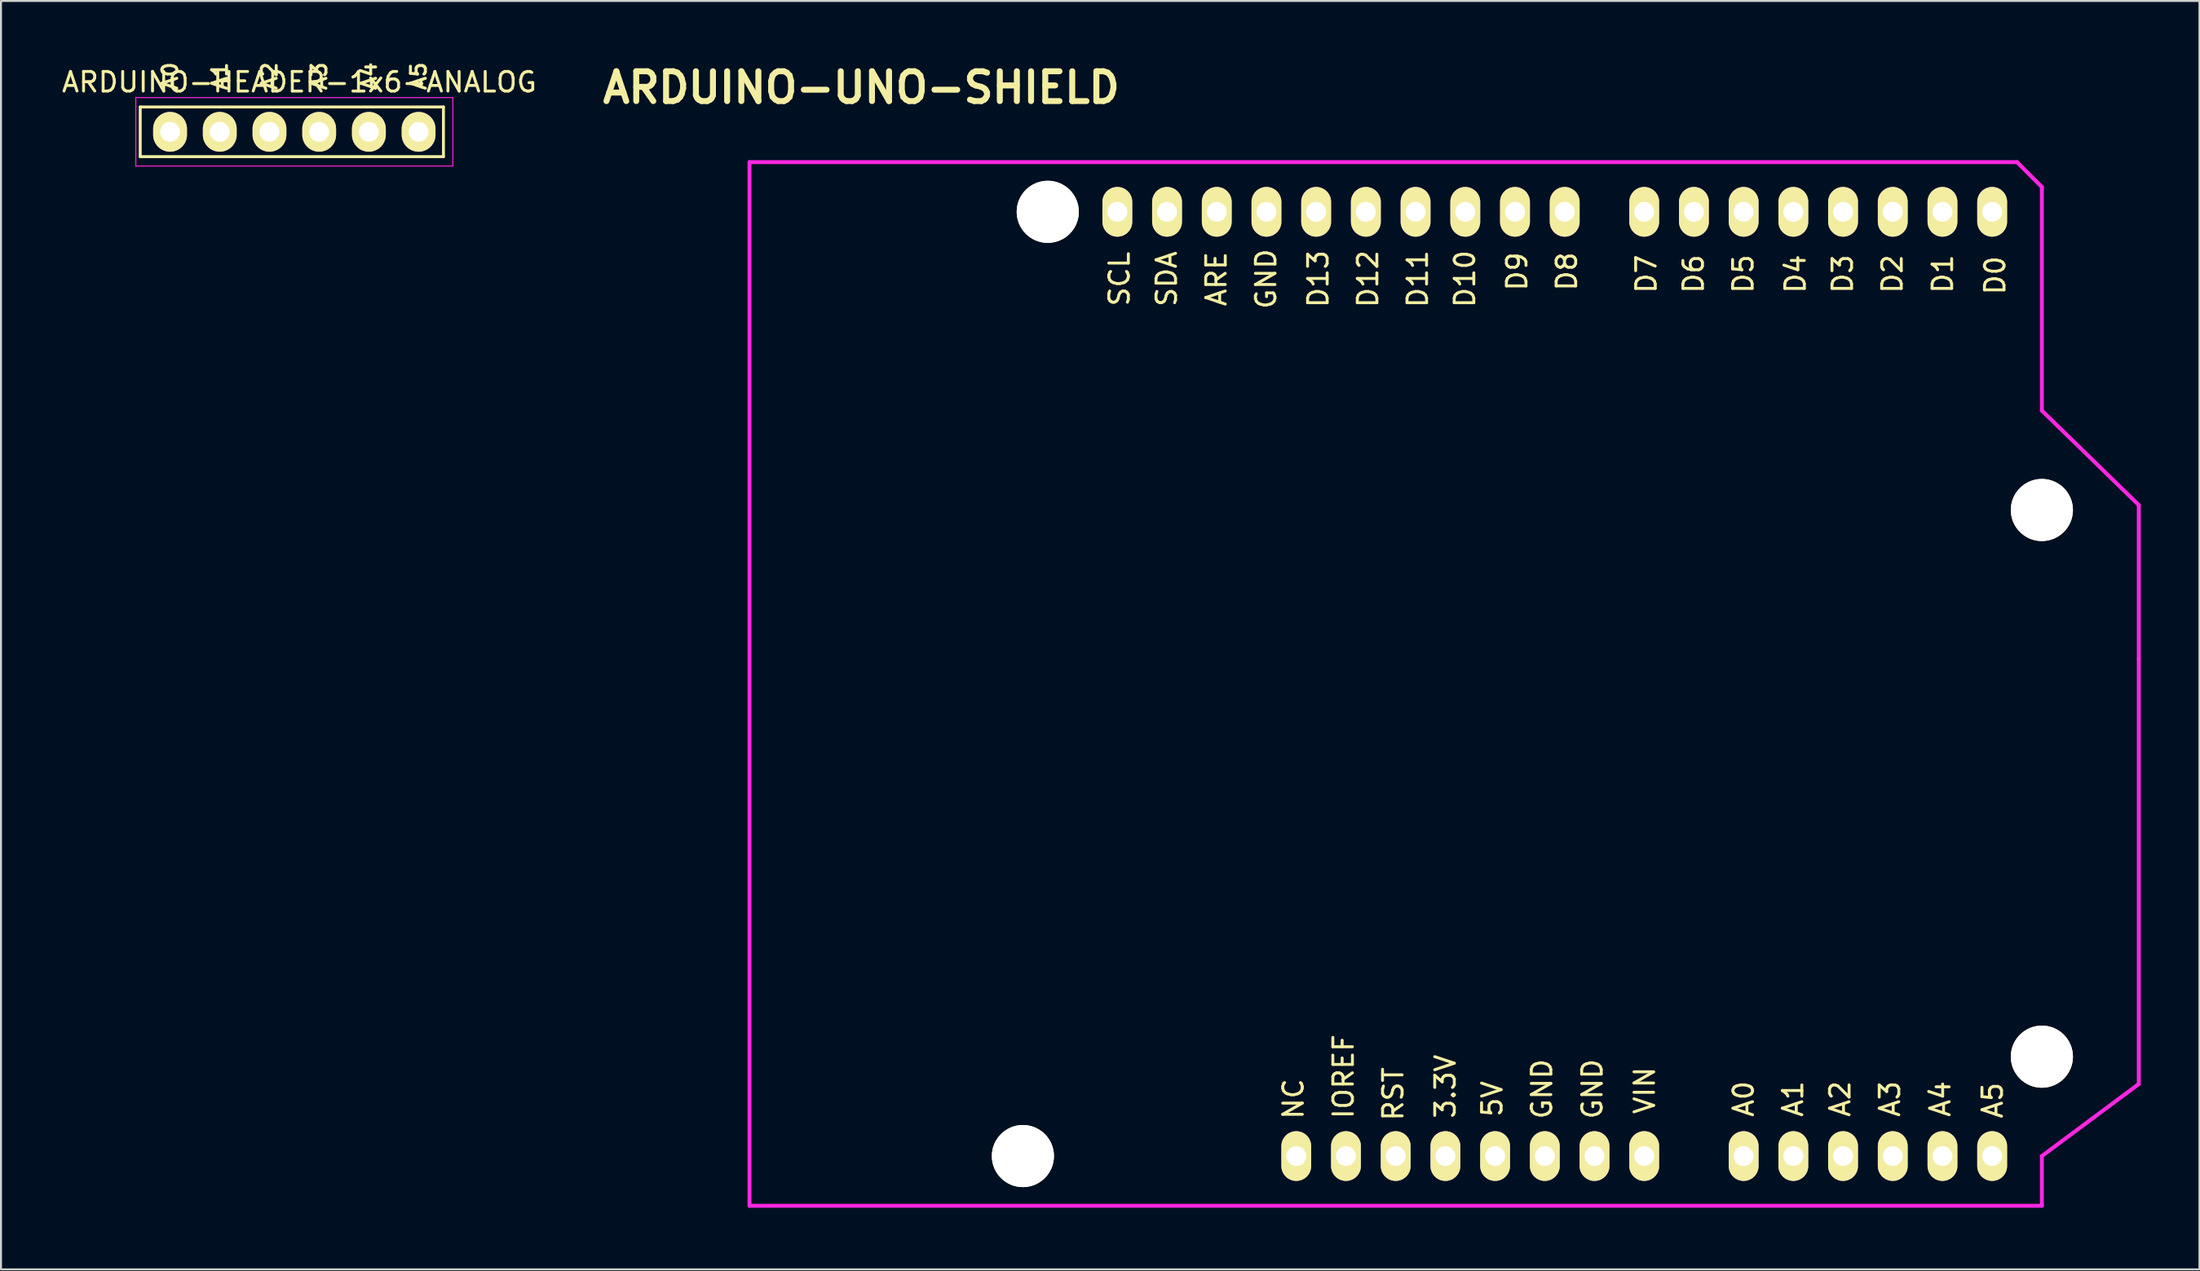
<source format=kicad_pcb>
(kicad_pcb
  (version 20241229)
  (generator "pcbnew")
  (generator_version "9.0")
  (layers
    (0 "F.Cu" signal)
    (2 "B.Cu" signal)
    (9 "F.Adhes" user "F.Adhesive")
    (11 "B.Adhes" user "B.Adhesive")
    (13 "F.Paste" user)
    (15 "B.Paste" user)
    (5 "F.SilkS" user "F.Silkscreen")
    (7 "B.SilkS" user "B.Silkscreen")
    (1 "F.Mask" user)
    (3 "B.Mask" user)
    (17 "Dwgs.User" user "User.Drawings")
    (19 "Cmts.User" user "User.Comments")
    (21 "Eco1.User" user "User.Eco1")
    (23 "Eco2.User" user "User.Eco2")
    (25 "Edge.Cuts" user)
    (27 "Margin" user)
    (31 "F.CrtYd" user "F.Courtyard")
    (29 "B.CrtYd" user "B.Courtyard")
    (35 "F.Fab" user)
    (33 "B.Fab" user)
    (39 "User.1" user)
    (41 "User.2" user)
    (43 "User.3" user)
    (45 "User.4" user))
  (footprint "ARDUINO-HEADER-1x6-ANALOG"
    (layer "F.Cu")
    (at 5.64 3.687)
    (property "Reference" "ARDUINO-HEADER-1x6-ANALOG" (at 6.604 -2.54 0) (layer "F.SilkS") (effects (font (size 1 1) (thickness 0.15))))
    (attr through_hole)
    (fp_line (start -1.524 1.27) (end -1.524 -1.27) (stroke (width 0.15) (type solid)) (layer "F.SilkS"))
    (fp_line (start -1.524 1.27) (end 13.97 1.27) (stroke (width 0.15) (type solid)) (layer "F.SilkS"))
    (fp_line (start 13.97 -1.27) (end -1.524 -1.27) (stroke (width 0.15) (type solid)) (layer "F.SilkS"))
    (fp_line (start 13.97 1.27) (end 13.97 -1.27) (stroke (width 0.15) (type solid)) (layer "F.SilkS"))
    (fp_line (start -1.75 -1.75) (end -1.75 1.75) (stroke (width 0.05) (type solid)) (layer "F.CrtYd"))
    (fp_line (start -1.75 -1.75) (end 14.45 -1.75) (stroke (width 0.05) (type solid)) (layer "F.CrtYd"))
    (fp_line (start -1.75 1.75) (end 14.45 1.75) (stroke (width 0.05) (type solid)) (layer "F.CrtYd"))
    (fp_line (start 14.45 -1.75) (end 14.45 1.75) (stroke (width 0.05) (type solid)) (layer "F.CrtYd"))
    (fp_text user "A1" (at 2.54 -2.845 90) (layer "F.SilkS") (effects (font (size 0.762 0.762) (thickness 0.152))))
    (fp_text user "A5" (at 12.7 -2.845 90) (layer "F.SilkS") (effects (font (size 0.762 0.762) (thickness 0.152))))
    (fp_text user "A4" (at 10.16 -2.845 90) (layer "F.SilkS") (effects (font (size 0.762 0.762) (thickness 0.152))))
    (fp_text user "A3" (at 7.62 -2.845 90) (layer "F.SilkS") (effects (font (size 0.762 0.762) (thickness 0.152))))
    (fp_text user "A2" (at 5.08 -2.845 90) (layer "F.SilkS") (effects (font (size 0.762 0.762) (thickness 0.152))))
    (fp_text user "A0" (at 0 -2.845 90) (layer "F.SilkS") (effects (font (size 0.762 0.762) (thickness 0.152))))
    (pad "A0" thru_hole oval (at 0 0) (size 1.727 2.032) (drill 1.016) (layers "*.Cu" "*.Mask" "F.SilkS"))
    (pad "A1" thru_hole oval (at 2.54 0) (size 1.727 2.032) (drill 1.016) (layers "*.Cu" "*.Mask" "F.SilkS"))
    (pad "A2" thru_hole oval (at 5.08 0) (size 1.727 2.032) (drill 1.016) (layers "*.Cu" "*.Mask" "F.SilkS"))
    (pad "A3" thru_hole oval (at 7.62 0) (size 1.727 2.032) (drill 1.016) (layers "*.Cu" "*.Mask" "F.SilkS"))
    (pad "A4" thru_hole oval (at 10.16 0) (size 1.727 2.032) (drill 1.016) (layers "*.Cu" "*.Mask" "F.SilkS"))
    (pad "A5" thru_hole oval (at 12.7 0) (size 1.727 2.032) (drill 1.016) (layers "*.Cu" "*.Mask" "F.SilkS")))
  (footprint "ARDUINO-UNO-SHIELD"
    (layer "F.Cu")
    (at 35.25 58.576)
    (property "Reference" "ARDUINO-UNO-SHIELD" (at 5.715 -57.15 0) (layer "F.SilkS") (effects (font (size 1.524 1.524) (thickness 0.305))))
    (attr through_hole)
    (fp_line (start 0 0) (end 0 -53.34) (stroke (width 0.2) (type solid)) (layer "F.CrtYd"))
    (fp_line (start 0 0) (end 66.04 0) (stroke (width 0.2) (type solid)) (layer "F.CrtYd"))
    (fp_line (start 64.77 -53.34) (end 0 -53.34) (stroke (width 0.2) (type solid)) (layer "F.CrtYd"))
    (fp_line (start 66.04 -52.07) (end 64.77 -53.34) (stroke (width 0.2) (type solid)) (layer "F.CrtYd"))
    (fp_line (start 66.04 -40.64) (end 66.04 -52.07) (stroke (width 0.2) (type solid)) (layer "F.CrtYd"))
    (fp_line (start 66.04 -40.64) (end 70.993 -35.814) (stroke (width 0.2) (type solid)) (layer "F.CrtYd"))
    (fp_line (start 66.04 -2.54) (end 66.04 0) (stroke (width 0.2) (type solid)) (layer "F.CrtYd"))
    (fp_line (start 66.04 -2.54) (end 70.993 -6.223) (stroke (width 0.2) (type solid)) (layer "F.CrtYd"))
    (fp_line (start 70.993 -35.814) (end 70.993 -27.94) (stroke (width 0.2) (type solid)) (layer "F.CrtYd"))
    (fp_line (start 70.993 -27.94) (end 70.993 -6.223) (stroke (width 0.2) (type solid)) (layer "F.CrtYd"))
    (fp_text user "D4" (at 53.447 -47.625 90) (layer "F.SilkS") (effects (font (size 1 1) (thickness 0.15))))
    (fp_text user "GND" (at 26.396 -47.371 90) (layer "F.SilkS") (effects (font (size 1 1) (thickness 0.15))))
    (fp_text user "D13" (at 29.063 -47.371 90) (layer "F.SilkS") (effects (font (size 1 1) (thickness 0.15))))
    (fp_text user "A0" (at 50.8 -5.461 90) (layer "F.SilkS") (effects (font (size 1 1) (thickness 0.15))))
    (fp_text user "D2" (at 58.4 -47.625 90) (layer "F.SilkS") (effects (font (size 1 1) (thickness 0.15))))
    (fp_text user "D11" (at 34.143 -47.371 90) (layer "F.SilkS") (effects (font (size 1 1) (thickness 0.15))))
    (fp_text user "GND" (at 40.493 -5.969 90) (layer "F.SilkS") (effects (font (size 1 1) (thickness 0.15))))
    (fp_text user "D1" (at 60.975 -47.625 90) (layer "F.SilkS") (effects (font (size 1 1) (thickness 0.15))))
    (fp_text user "IOREF" (at 30.353 -6.604 90) (layer "F.SilkS") (effects (font (size 1 1) (thickness 0.15))))
    (fp_text user "GND" (at 43.068 -5.969 90) (layer "F.SilkS") (effects (font (size 1 1) (thickness 0.15))))
    (fp_text user "SCL" (at 18.903 -47.371 90) (layer "F.SilkS") (effects (font (size 1 1) (thickness 0.15))))
    (fp_text user "A3" (at 58.273 -5.461 90) (layer "F.SilkS") (effects (font (size 1 1) (thickness 0.15))))
    (fp_text user "ARE" (at 23.856 -47.371 90) (layer "F.SilkS") (effects (font (size 1 1) (thickness 0.15))))
    (fp_text user "3.3V" (at 35.56 -6.096 90) (layer "F.SilkS") (effects (font (size 1 1) (thickness 0.15))))
    (fp_text user "D9" (at 39.223 -47.752 90) (layer "F.SilkS") (effects (font (size 1 1) (thickness 0.15))))
    (fp_text user "D5" (at 50.78 -47.625 90) (layer "F.SilkS") (effects (font (size 1 1) (thickness 0.15))))
    (fp_text user "D6" (at 48.24 -47.625 90) (layer "F.SilkS") (effects (font (size 1 1) (thickness 0.15))))
    (fp_text user "5V" (at 37.953 -5.461 90) (layer "F.SilkS") (effects (font (size 1 1) (thickness 0.15))))
    (fp_text user "D3" (at 55.86 -47.625 90) (layer "F.SilkS") (effects (font (size 1 1) (thickness 0.15))))
    (fp_text user "D8" (at 41.763 -47.752 90) (layer "F.SilkS") (effects (font (size 1 1) (thickness 0.15))))
    (fp_text user "NC" (at 27.793 -5.461 90) (layer "F.SilkS") (effects (font (size 1 1) (thickness 0.15))))
    (fp_text user "A5" (at 63.523 -5.386 90) (layer "F.SilkS") (effects (font (size 1 1) (thickness 0.15))))
    (fp_text user "D7" (at 45.827 -47.625 90) (layer "F.SilkS") (effects (font (size 1 1) (thickness 0.15))))
    (fp_text user "D12" (at 31.603 -47.371 90) (layer "F.SilkS") (effects (font (size 1 1) (thickness 0.15))))
    (fp_text user "D0" (at 63.65 -47.55 90) (layer "F.SilkS") (effects (font (size 1 1) (thickness 0.15))))
    (fp_text user "D10" (at 36.556 -47.371 90) (layer "F.SilkS") (effects (font (size 1 1) (thickness 0.15))))
    (fp_text user "A2" (at 55.733 -5.461 90) (layer "F.SilkS") (effects (font (size 1 1) (thickness 0.15))))
    (fp_text user "A4" (at 60.848 -5.461 90) (layer "F.SilkS") (effects (font (size 1 1) (thickness 0.15))))
    (fp_text user "VIN" (at 45.743 -5.894 90) (layer "F.SilkS") (effects (font (size 1 1) (thickness 0.15))))
    (fp_text user "SDA" (at 21.316 -47.371 90) (layer "F.SilkS") (effects (font (size 1 1) (thickness 0.15))))
    (fp_text user "A1" (at 53.32 -5.461 90) (layer "F.SilkS") (effects (font (size 1 1) (thickness 0.15))))
    (fp_text user "RST" (at 32.893 -5.715 90) (layer "F.SilkS") (effects (font (size 1 1) (thickness 0.15))))
    (pad "" np_thru_hole circle (at 13.97 -2.54 90) (size 3.175 3.175) (drill 3.175) (layers "*.Cu" "*.Mask" "F.SilkS"))
    (pad "" np_thru_hole circle (at 15.24 -50.8 90) (size 3.175 3.175) (drill 3.175) (layers "*.Cu" "*.Mask" "F.SilkS"))
    (pad "" np_thru_hole circle (at 66.04 -35.56 90) (size 3.175 3.175) (drill 3.175) (layers "*.Cu" "*.Mask" "F.SilkS"))
    (pad "" np_thru_hole circle (at 66.04 -7.62 90) (size 3.175 3.175) (drill 3.175) (layers "*.Cu" "*.Mask" "F.SilkS"))
    (pad "3V3" thru_hole oval (at 35.56 -2.54 90) (size 2.54 1.524) (drill 1.016) (layers "*.Cu" "*.Mask" "F.SilkS"))
    (pad "5V" thru_hole oval (at 38.1 -2.54 90) (size 2.54 1.524) (drill 1.016) (layers "*.Cu" "*.Mask" "F.SilkS"))
    (pad "A0" thru_hole oval (at 50.8 -2.54 90) (size 2.54 1.524) (drill 1.016) (layers "*.Cu" "*.Mask" "F.SilkS"))
    (pad "A1" thru_hole oval (at 53.34 -2.54 90) (size 2.54 1.524) (drill 1.016) (layers "*.Cu" "*.Mask" "F.SilkS"))
    (pad "A2" thru_hole oval (at 55.88 -2.54 90) (size 2.54 1.524) (drill 1.016) (layers "*.Cu" "*.Mask" "F.SilkS"))
    (pad "A3" thru_hole oval (at 58.42 -2.54 90) (size 2.54 1.524) (drill 1.016) (layers "*.Cu" "*.Mask" "F.SilkS"))
    (pad "A4" thru_hole oval (at 60.96 -2.54 90) (size 2.54 1.524) (drill 1.016) (layers "*.Cu" "*.Mask" "F.SilkS"))
    (pad "A5" thru_hole oval (at 63.5 -2.54 90) (size 2.54 1.524) (drill 1.016) (layers "*.Cu" "*.Mask" "F.SilkS"))
    (pad "AREF" thru_hole oval (at 23.876 -50.8 90) (size 2.54 1.524) (drill 1.016) (layers "*.Cu" "*.Mask" "F.SilkS"))
    (pad "D0" thru_hole oval (at 63.5 -50.8 90) (size 2.54 1.524) (drill 1.016) (layers "*.Cu" "*.Mask" "F.SilkS"))
    (pad "D1" thru_hole oval (at 60.96 -50.8 90) (size 2.54 1.524) (drill 1.016) (layers "*.Cu" "*.Mask" "F.SilkS"))
    (pad "D2" thru_hole oval (at 58.42 -50.8 90) (size 2.54 1.524) (drill 1.016) (layers "*.Cu" "*.Mask" "F.SilkS"))
    (pad "D3" thru_hole oval (at 55.88 -50.8 90) (size 2.54 1.524) (drill 1.016) (layers "*.Cu" "*.Mask" "F.SilkS"))
    (pad "D4" thru_hole oval (at 53.34 -50.8 90) (size 2.54 1.524) (drill 1.016) (layers "*.Cu" "*.Mask" "F.SilkS"))
    (pad "D5" thru_hole oval (at 50.8 -50.8 90) (size 2.54 1.524) (drill 1.016) (layers "*.Cu" "*.Mask" "F.SilkS"))
    (pad "D6" thru_hole oval (at 48.26 -50.8 90) (size 2.54 1.524) (drill 1.016) (layers "*.Cu" "*.Mask" "F.SilkS"))
    (pad "D7" thru_hole oval (at 45.72 -50.8 90) (size 2.54 1.524) (drill 1.016) (layers "*.Cu" "*.Mask" "F.SilkS"))
    (pad "D8" thru_hole oval (at 41.656 -50.8 90) (size 2.54 1.524) (drill 1.016) (layers "*.Cu" "*.Mask" "F.SilkS"))
    (pad "D9" thru_hole oval (at 39.116 -50.8 90) (size 2.54 1.524) (drill 1.016) (layers "*.Cu" "*.Mask" "F.SilkS"))
    (pad "D10" thru_hole oval (at 36.576 -50.8 90) (size 2.54 1.524) (drill 1.016) (layers "*.Cu" "*.Mask" "F.SilkS"))
    (pad "D11" thru_hole oval (at 34.036 -50.8 90) (size 2.54 1.524) (drill 1.016) (layers "*.Cu" "*.Mask" "F.SilkS"))
    (pad "D12" thru_hole oval (at 31.496 -50.8 90) (size 2.54 1.524) (drill 1.016) (layers "*.Cu" "*.Mask" "F.SilkS"))
    (pad "D13" thru_hole oval (at 28.956 -50.8 90) (size 2.54 1.524) (drill 1.016) (layers "*.Cu" "*.Mask" "F.SilkS"))
    (pad "GND1" thru_hole oval (at 40.64 -2.54 90) (size 2.54 1.524) (drill 1.016) (layers "*.Cu" "*.Mask" "F.SilkS"))
    (pad "GND2" thru_hole oval (at 43.18 -2.54 90) (size 2.54 1.524) (drill 1.016) (layers "*.Cu" "*.Mask" "F.SilkS"))
    (pad "GND3" thru_hole oval (at 26.416 -50.8 90) (size 2.54 1.524) (drill 1.016) (layers "*.Cu" "*.Mask" "F.SilkS"))
    (pad "IO" thru_hole oval (at 30.48 -2.54 90) (size 2.54 1.524) (drill 1.016) (layers "*.Cu" "*.Mask" "F.SilkS"))
    (pad "NC" thru_hole oval (at 27.94 -2.54 90) (size 2.54 1.524) (drill 1.016) (layers "*.Cu" "*.Mask" "F.SilkS"))
    (pad "RST" thru_hole oval (at 33.02 -2.54 90) (size 2.54 1.524) (drill 1.016) (layers "*.Cu" "*.Mask" "F.SilkS"))
    (pad "SCL" thru_hole oval (at 18.796 -50.8 90) (size 2.54 1.524) (drill 1.016) (layers "*.Cu" "*.Mask" "F.SilkS"))
    (pad "SDA" thru_hole oval (at 21.336 -50.8 90) (size 2.54 1.524) (drill 1.016) (layers "*.Cu" "*.Mask" "F.SilkS"))
    (pad "VIN" thru_hole oval (at 45.72 -2.54 90) (size 2.54 1.524) (drill 1.016) (layers "*.Cu" "*.Mask" "F.SilkS")))
  (gr_rect
    (start -3 -3)
    (end 109.343 61.826)
    (stroke (width 0.1) (type default))
    (fill no)
    (layer "Edge.Cuts")))
</source>
